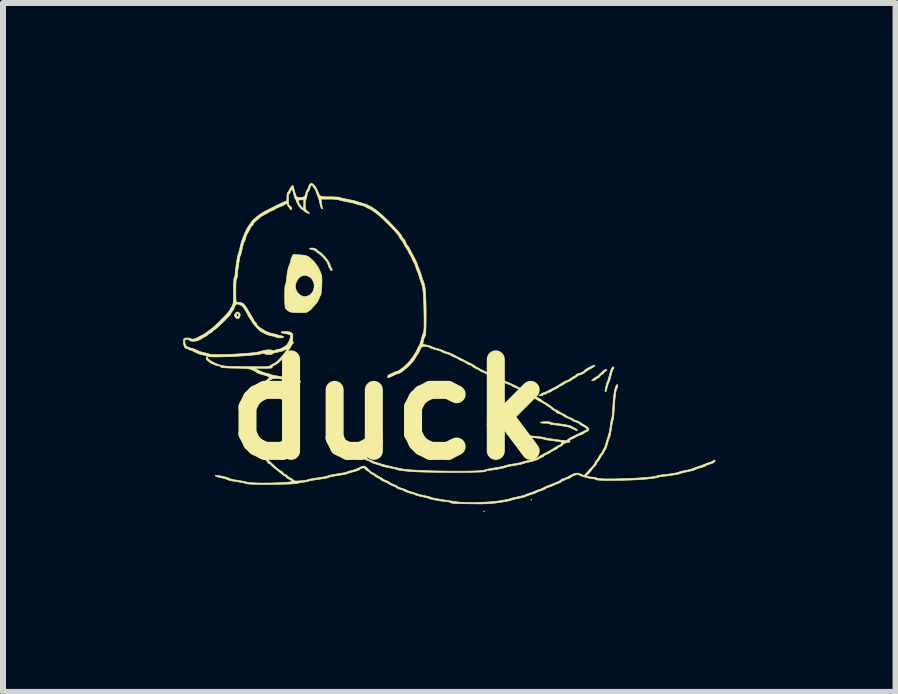
<source format=kicad_pcb>
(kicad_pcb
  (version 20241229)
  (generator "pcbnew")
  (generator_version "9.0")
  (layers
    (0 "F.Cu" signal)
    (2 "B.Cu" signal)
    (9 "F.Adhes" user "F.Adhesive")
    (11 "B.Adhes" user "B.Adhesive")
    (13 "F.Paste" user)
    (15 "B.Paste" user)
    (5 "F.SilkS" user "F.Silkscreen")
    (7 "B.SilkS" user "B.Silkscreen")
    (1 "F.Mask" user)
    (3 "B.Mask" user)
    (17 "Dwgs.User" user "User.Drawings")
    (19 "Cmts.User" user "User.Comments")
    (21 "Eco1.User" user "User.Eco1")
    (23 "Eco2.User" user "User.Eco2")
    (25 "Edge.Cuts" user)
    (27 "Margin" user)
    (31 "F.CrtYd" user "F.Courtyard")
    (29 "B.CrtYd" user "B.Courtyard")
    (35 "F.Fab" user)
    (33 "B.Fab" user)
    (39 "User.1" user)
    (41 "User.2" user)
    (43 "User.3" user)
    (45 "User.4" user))
  (footprint "duck"
    (layer "F.Cu")
    (at 3.432 3.772)
    (property "Reference" "duck" (at 0 0 0) (layer "F.SilkS") (effects (font (size 1.524 1.524) (thickness 0.3))))
    (attr through_hole)
    (fp_poly (pts (xy 1.587 1.695) (xy 1.581 1.702) (xy 1.575 1.695) (xy 1.581 1.689) (xy 1.587 1.695)) (stroke (width 0.01) (type solid)) (fill yes) (layer "F.SilkS"))
    (fp_poly (pts (xy 2.375 1.505) (xy 2.369 1.511) (xy 2.362 1.505) (xy 2.369 1.499) (xy 2.375 1.505)) (stroke (width 0.01) (type solid)) (fill yes) (layer "F.SilkS"))
    (fp_poly (pts (xy -2.51 -1.622) (xy -2.485 -1.6) (xy -2.48 -1.567) (xy -2.487 -1.542) (xy -2.507 -1.516) (xy -2.532 -1.515) (xy -2.554 -1.528) (xy -2.572 -1.553) (xy -2.572 -1.568) (xy -2.54 -1.568) (xy -2.534 -1.548) (xy -2.531 -1.545) (xy -2.52 -1.545) (xy -2.509 -1.56) (xy -2.506 -1.58) (xy -2.508 -1.588) (xy -2.525 -1.6) (xy -2.528 -1.6) (xy -2.538 -1.59) (xy -2.54 -1.568) (xy -2.572 -1.568) (xy -2.572 -1.582) (xy -2.558 -1.608) (xy -2.535 -1.623) (xy -2.51 -1.622)) (stroke (width 0.01) (type solid)) (fill yes) (layer "F.SilkS"))
    (fp_poly (pts (xy 3.623 -0.663) (xy 3.627 -0.659) (xy 3.623 -0.646) (xy 3.608 -0.639) (xy 3.587 -0.627) (xy 3.581 -0.615) (xy 3.571 -0.598) (xy 3.557 -0.591) (xy 3.532 -0.575) (xy 3.512 -0.552) (xy 3.492 -0.529) (xy 3.473 -0.521) (xy 3.452 -0.51) (xy 3.446 -0.502) (xy 3.429 -0.487) (xy 3.405 -0.483) (xy 3.372 -0.483) (xy 3.41 -0.514) (xy 3.437 -0.534) (xy 3.456 -0.545) (xy 3.459 -0.546) (xy 3.473 -0.554) (xy 3.498 -0.577) (xy 3.522 -0.601) (xy 3.568 -0.644) (xy 3.602 -0.665) (xy 3.623 -0.663)) (stroke (width 0.01) (type solid)) (fill yes) (layer "F.SilkS"))
    (fp_poly (pts (xy 3.745 -0.701) (xy 3.747 -0.692) (xy 3.74 -0.675) (xy 3.735 -0.673) (xy 3.727 -0.662) (xy 3.716 -0.631) (xy 3.704 -0.588) (xy 3.7 -0.575) (xy 3.689 -0.528) (xy 3.679 -0.491) (xy 3.672 -0.471) (xy 3.671 -0.47) (xy 3.662 -0.453) (xy 3.649 -0.419) (xy 3.637 -0.377) (xy 3.626 -0.336) (xy 3.626 -0.333) (xy 3.615 -0.301) (xy 3.604 -0.292) (xy 3.598 -0.306) (xy 3.6 -0.34) (xy 3.626 -0.439) (xy 3.646 -0.489) (xy 3.654 -0.514) (xy 3.666 -0.555) (xy 3.677 -0.597) (xy 3.694 -0.656) (xy 3.711 -0.693) (xy 3.727 -0.71) (xy 3.735 -0.711) (xy 3.745 -0.701)) (stroke (width 0.01) (type solid)) (fill yes) (layer "F.SilkS"))
    (fp_poly (pts (xy -1.244 -2.684) (xy -1.209 -2.669) (xy -1.194 -2.654) (xy -1.177 -2.634) (xy -1.165 -2.629) (xy -1.145 -2.619) (xy -1.116 -2.594) (xy -1.082 -2.559) (xy -1.048 -2.518) (xy -1.017 -2.478) (xy -0.996 -2.444) (xy -0.99 -2.43) (xy -0.978 -2.396) (xy -0.968 -2.372) (xy -0.966 -2.369) (xy -0.95 -2.339) (xy -0.949 -2.318) (xy -0.959 -2.311) (xy -0.976 -2.322) (xy -0.978 -2.33) (xy -0.983 -2.347) (xy -0.988 -2.349) (xy -0.997 -2.361) (xy -1.008 -2.389) (xy -1.013 -2.405) (xy -1.035 -2.456) (xy -1.078 -2.512) (xy -1.096 -2.532) (xy -1.131 -2.566) (xy -1.159 -2.591) (xy -1.177 -2.603) (xy -1.179 -2.603) (xy -1.196 -2.613) (xy -1.21 -2.629) (xy -1.236 -2.649) (xy -1.277 -2.664) (xy -1.284 -2.665) (xy -1.316 -2.673) (xy -1.325 -2.68) (xy -1.318 -2.686) (xy -1.283 -2.691) (xy -1.244 -2.684)) (stroke (width 0.01) (type solid)) (fill yes) (layer "F.SilkS"))
    (fp_poly (pts (xy 2.651 0.204) (xy 2.683 0.208) (xy 2.698 0.214) (xy 2.713 0.221) (xy 2.746 0.228) (xy 2.79 0.233) (xy 2.79 0.233) (xy 2.869 0.243) (xy 2.939 0.254) (xy 2.996 0.266) (xy 3.035 0.278) (xy 3.048 0.285) (xy 3.074 0.301) (xy 3.102 0.315) (xy 3.127 0.329) (xy 3.137 0.343) (xy 3.129 0.355) (xy 3.113 0.351) (xy 3.106 0.344) (xy 3.09 0.333) (xy 3.064 0.324) (xy 3.036 0.314) (xy 3.022 0.304) (xy 3.007 0.297) (xy 2.973 0.289) (xy 2.926 0.28) (xy 2.872 0.271) (xy 2.816 0.263) (xy 2.766 0.257) (xy 2.727 0.254) (xy 2.721 0.254) (xy 2.693 0.251) (xy 2.68 0.242) (xy 2.68 0.241) (xy 2.668 0.235) (xy 2.637 0.23) (xy 2.596 0.229) (xy 2.55 0.227) (xy 2.525 0.222) (xy 2.521 0.216) (xy 2.537 0.209) (xy 2.57 0.205) (xy 2.611 0.203) (xy 2.651 0.204)) (stroke (width 0.01) (type solid)) (fill yes) (layer "F.SilkS"))
    (fp_poly (pts (xy 3.429 -0.732) (xy 3.42 -0.719) (xy 3.39 -0.698) (xy 3.356 -0.68) (xy 3.317 -0.658) (xy 3.286 -0.639) (xy 3.273 -0.627) (xy 3.252 -0.608) (xy 3.218 -0.589) (xy 3.182 -0.575) (xy 3.16 -0.572) (xy 3.141 -0.566) (xy 3.137 -0.558) (xy 3.126 -0.544) (xy 3.108 -0.534) (xy 3.08 -0.519) (xy 3.045 -0.496) (xy 3.036 -0.49) (xy 3.004 -0.469) (xy 2.976 -0.458) (xy 2.97 -0.457) (xy 2.945 -0.449) (xy 2.938 -0.441) (xy 2.92 -0.426) (xy 2.889 -0.408) (xy 2.874 -0.4) (xy 2.842 -0.384) (xy 2.822 -0.371) (xy 2.82 -0.367) (xy 2.809 -0.358) (xy 2.782 -0.344) (xy 2.762 -0.336) (xy 2.729 -0.32) (xy 2.708 -0.308) (xy 2.705 -0.303) (xy 2.694 -0.294) (xy 2.668 -0.286) (xy 2.667 -0.286) (xy 2.638 -0.276) (xy 2.622 -0.266) (xy 2.605 -0.256) (xy 2.59 -0.254) (xy 2.57 -0.249) (xy 2.565 -0.241) (xy 2.554 -0.232) (xy 2.53 -0.229) (xy 2.496 -0.229) (xy 2.527 -0.254) (xy 2.554 -0.272) (xy 2.573 -0.279) (xy 2.573 -0.279) (xy 2.59 -0.285) (xy 2.623 -0.299) (xy 2.667 -0.321) (xy 2.687 -0.331) (xy 2.742 -0.359) (xy 2.783 -0.381) (xy 2.816 -0.4) (xy 2.851 -0.421) (xy 2.893 -0.448) (xy 2.928 -0.468) (xy 2.955 -0.48) (xy 2.964 -0.483) (xy 2.983 -0.49) (xy 3.013 -0.508) (xy 3.03 -0.52) (xy 3.062 -0.542) (xy 3.087 -0.556) (xy 3.094 -0.558) (xy 3.111 -0.569) (xy 3.116 -0.578) (xy 3.133 -0.594) (xy 3.147 -0.597) (xy 3.174 -0.602) (xy 3.206 -0.615) (xy 3.234 -0.63) (xy 3.25 -0.644) (xy 3.251 -0.647) (xy 3.262 -0.658) (xy 3.288 -0.675) (xy 3.323 -0.695) (xy 3.361 -0.715) (xy 3.394 -0.73) (xy 3.415 -0.737) (xy 3.416 -0.737) (xy 3.429 -0.732)) (stroke (width 0.01) (type solid)) (fill yes) (layer "F.SilkS"))
    (fp_poly (pts (xy -1.488 -2.576) (xy -1.432 -2.572) (xy -1.393 -2.566) (xy -1.364 -2.556) (xy -1.336 -2.54) (xy -1.323 -2.531) (xy -1.249 -2.463) (xy -1.187 -2.379) (xy -1.143 -2.289) (xy -1.13 -2.251) (xy -1.122 -2.217) (xy -1.119 -2.18) (xy -1.118 -2.133) (xy -1.121 -2.069) (xy -1.121 -2.061) (xy -1.125 -2.003) (xy -1.13 -1.954) (xy -1.135 -1.92) (xy -1.139 -1.906) (xy -1.149 -1.89) (xy -1.163 -1.86) (xy -1.167 -1.848) (xy -1.185 -1.808) (xy -1.207 -1.774) (xy -1.212 -1.769) (xy -1.236 -1.743) (xy -1.266 -1.708) (xy -1.281 -1.69) (xy -1.309 -1.661) (xy -1.332 -1.642) (xy -1.342 -1.638) (xy -1.357 -1.631) (xy -1.359 -1.626) (xy -1.371 -1.62) (xy -1.405 -1.616) (xy -1.458 -1.613) (xy -1.495 -1.613) (xy -1.561 -1.614) (xy -1.606 -1.617) (xy -1.639 -1.623) (xy -1.663 -1.632) (xy -1.672 -1.638) (xy -1.698 -1.657) (xy -1.626 -1.657) (xy -1.619 -1.651) (xy -1.613 -1.657) (xy -1.619 -1.664) (xy -1.626 -1.657) (xy -1.698 -1.657) (xy -1.703 -1.661) (xy -1.711 -1.67) (xy -1.651 -1.67) (xy -1.645 -1.664) (xy -1.638 -1.67) (xy -1.397 -1.67) (xy -1.391 -1.664) (xy -1.384 -1.67) (xy -1.391 -1.676) (xy -1.397 -1.67) (xy -1.638 -1.67) (xy -1.645 -1.676) (xy -1.651 -1.67) (xy -1.711 -1.67) (xy -1.725 -1.685) (xy -1.356 -1.685) (xy -1.356 -1.677) (xy -1.354 -1.676) (xy -1.344 -1.685) (xy -1.332 -1.699) (xy -1.321 -1.714) (xy -1.327 -1.711) (xy -1.337 -1.703) (xy -1.356 -1.685) (xy -1.725 -1.685) (xy -1.725 -1.685) (xy -1.726 -1.688) (xy -1.728 -1.695) (xy -1.676 -1.695) (xy -1.67 -1.689) (xy -1.664 -1.695) (xy -1.67 -1.702) (xy -1.676 -1.695) (xy -1.728 -1.695) (xy -1.732 -1.71) (xy -1.733 -1.721) (xy -1.702 -1.721) (xy -1.695 -1.714) (xy -1.689 -1.721) (xy -1.695 -1.727) (xy -1.702 -1.721) (xy -1.733 -1.721) (xy -1.734 -1.734) (xy -1.321 -1.734) (xy -1.314 -1.727) (xy -1.308 -1.734) (xy -1.314 -1.74) (xy -1.321 -1.734) (xy -1.734 -1.734) (xy -1.735 -1.746) (xy -1.295 -1.746) (xy -1.289 -1.74) (xy -1.283 -1.746) (xy -1.289 -1.753) (xy -1.295 -1.746) (xy -1.735 -1.746) (xy -1.736 -1.75) (xy -1.737 -1.772) (xy -1.283 -1.772) (xy -1.276 -1.765) (xy -1.27 -1.772) (xy -1.276 -1.778) (xy -1.283 -1.772) (xy -1.737 -1.772) (xy -1.738 -1.792) (xy -1.267 -1.792) (xy -1.265 -1.791) (xy -1.254 -1.8) (xy -1.251 -1.803) (xy -1.248 -1.815) (xy -1.249 -1.816) (xy -1.261 -1.807) (xy -1.264 -1.803) (xy -1.267 -1.792) (xy -1.738 -1.792) (xy -1.738 -1.804) (xy -1.739 -1.822) (xy -1.232 -1.822) (xy -1.226 -1.816) (xy -1.219 -1.822) (xy -1.226 -1.829) (xy -1.232 -1.822) (xy -1.739 -1.822) (xy -1.739 -1.848) (xy -1.219 -1.848) (xy -1.213 -1.841) (xy -1.206 -1.848) (xy -1.213 -1.854) (xy -1.219 -1.848) (xy -1.739 -1.848) (xy -1.74 -1.864) (xy -1.74 -1.927) (xy -1.738 -1.985) (xy -1.736 -2.033) (xy -1.733 -2.051) (xy -1.702 -2.051) (xy -1.695 -2.045) (xy -1.689 -2.051) (xy -1.695 -2.057) (xy -1.702 -2.051) (xy -1.733 -2.051) (xy -1.733 -2.058) (xy -1.562 -2.058) (xy -1.552 -1.998) (xy -1.523 -1.945) (xy -1.481 -1.905) (xy -1.43 -1.883) (xy -1.403 -1.88) (xy -1.369 -1.886) (xy -1.206 -1.886) (xy -1.2 -1.88) (xy -1.194 -1.886) (xy -1.2 -1.892) (xy -1.206 -1.886) (xy -1.369 -1.886) (xy -1.366 -1.887) (xy -1.327 -1.903) (xy -1.326 -1.904) (xy -1.294 -1.932) (xy -1.29 -1.937) (xy -1.194 -1.937) (xy -1.187 -1.93) (xy -1.181 -1.937) (xy -1.187 -1.943) (xy -1.194 -1.937) (xy -1.29 -1.937) (xy -1.268 -1.969) (xy -1.266 -1.972) (xy -1.25 -2.026) (xy -1.168 -2.026) (xy -1.162 -2.019) (xy -1.156 -2.026) (xy -1.162 -2.032) (xy -1.168 -2.026) (xy -1.25 -2.026) (xy -1.248 -2.032) (xy -1.249 -2.091) (xy -1.267 -2.143) (xy -1.297 -2.187) (xy -1.335 -2.216) (xy -1.168 -2.216) (xy -1.162 -2.21) (xy -1.156 -2.216) (xy -1.162 -2.223) (xy -1.168 -2.216) (xy -1.335 -2.216) (xy -1.338 -2.218) (xy -1.386 -2.234) (xy -1.438 -2.23) (xy -1.473 -2.214) (xy -1.511 -2.18) (xy -1.542 -2.131) (xy -1.56 -2.079) (xy -1.562 -2.058) (xy -1.733 -2.058) (xy -1.732 -2.066) (xy -1.728 -2.077) (xy -1.721 -2.095) (xy -1.714 -2.131) (xy -1.708 -2.178) (xy -1.708 -2.185) (xy -1.699 -2.254) (xy -1.181 -2.254) (xy -1.175 -2.248) (xy -1.168 -2.254) (xy -1.175 -2.261) (xy -1.181 -2.254) (xy -1.699 -2.254) (xy -1.696 -2.285) (xy -1.694 -2.292) (xy -1.194 -2.292) (xy -1.187 -2.286) (xy -1.181 -2.292) (xy -1.187 -2.299) (xy -1.194 -2.292) (xy -1.694 -2.292) (xy -1.688 -2.318) (xy -1.206 -2.318) (xy -1.2 -2.311) (xy -1.194 -2.318) (xy -1.2 -2.324) (xy -1.206 -2.318) (xy -1.688 -2.318) (xy -1.679 -2.356) (xy -1.232 -2.356) (xy -1.226 -2.349) (xy -1.219 -2.356) (xy -1.226 -2.362) (xy -1.232 -2.356) (xy -1.679 -2.356) (xy -1.675 -2.369) (xy -1.671 -2.381) (xy -1.245 -2.381) (xy -1.238 -2.375) (xy -1.232 -2.381) (xy -1.238 -2.388) (xy -1.245 -2.381) (xy -1.671 -2.381) (xy -1.656 -2.421) (xy -1.655 -2.422) (xy -1.268 -2.422) (xy -1.265 -2.415) (xy -1.252 -2.401) (xy -1.245 -2.404) (xy -1.245 -2.406) (xy -1.254 -2.417) (xy -1.259 -2.421) (xy -1.268 -2.422) (xy -1.655 -2.422) (xy -1.652 -2.432) (xy -1.295 -2.432) (xy -1.289 -2.426) (xy -1.283 -2.432) (xy -1.289 -2.438) (xy -1.295 -2.432) (xy -1.652 -2.432) (xy -1.644 -2.455) (xy -1.638 -2.481) (xy -1.638 -2.482) (xy -1.638 -2.486) (xy -1.331 -2.486) (xy -1.328 -2.478) (xy -1.316 -2.465) (xy -1.308 -2.468) (xy -1.308 -2.469) (xy -1.317 -2.48) (xy -1.323 -2.484) (xy -1.331 -2.486) (xy -1.638 -2.486) (xy -1.635 -2.496) (xy -1.359 -2.496) (xy -1.353 -2.489) (xy -1.346 -2.496) (xy -1.353 -2.502) (xy -1.359 -2.496) (xy -1.635 -2.496) (xy -1.633 -2.508) (xy -1.632 -2.508) (xy -1.384 -2.508) (xy -1.378 -2.502) (xy -1.372 -2.508) (xy -1.378 -2.515) (xy -1.384 -2.508) (xy -1.632 -2.508) (xy -1.622 -2.534) (xy -1.435 -2.534) (xy -1.429 -2.527) (xy -1.422 -2.534) (xy -1.429 -2.54) (xy -1.435 -2.534) (xy -1.622 -2.534) (xy -1.619 -2.54) (xy -1.618 -2.542) (xy -1.598 -2.581) (xy -1.488 -2.576)) (stroke (width 0.01) (type solid)) (fill yes) (layer "F.SilkS"))
    (fp_poly (pts (xy -1.27 -3.758) (xy -1.24 -3.73) (xy -1.21 -3.684) (xy -1.187 -3.632) (xy -1.172 -3.596) (xy -1.159 -3.572) (xy -1.141 -3.556) (xy -1.115 -3.548) (xy -1.076 -3.544) (xy -1.017 -3.543) (xy -0.985 -3.543) (xy -0.925 -3.542) (xy -0.873 -3.54) (xy -0.836 -3.537) (xy -0.819 -3.532) (xy -0.819 -3.532) (xy -0.802 -3.526) (xy -0.765 -3.516) (xy -0.716 -3.506) (xy -0.679 -3.499) (xy -0.625 -3.488) (xy -0.579 -3.478) (xy -0.549 -3.47) (xy -0.54 -3.467) (xy -0.521 -3.459) (xy -0.486 -3.449) (xy -0.457 -3.441) (xy -0.375 -3.415) (xy -0.291 -3.373) (xy -0.203 -3.313) (xy -0.109 -3.234) (xy -0.006 -3.135) (xy 0.013 -3.116) (xy 0.081 -3.044) (xy 0.134 -2.988) (xy 0.171 -2.946) (xy 0.196 -2.914) (xy 0.211 -2.893) (xy 0.216 -2.878) (xy 0.216 -2.876) (xy 0.226 -2.856) (xy 0.239 -2.846) (xy 0.257 -2.827) (xy 0.275 -2.794) (xy 0.279 -2.782) (xy 0.292 -2.75) (xy 0.303 -2.732) (xy 0.306 -2.731) (xy 0.318 -2.72) (xy 0.333 -2.696) (xy 0.334 -2.696) (xy 0.347 -2.669) (xy 0.369 -2.627) (xy 0.396 -2.577) (xy 0.411 -2.548) (xy 0.436 -2.499) (xy 0.456 -2.458) (xy 0.468 -2.43) (xy 0.47 -2.422) (xy 0.475 -2.403) (xy 0.488 -2.371) (xy 0.494 -2.357) (xy 0.511 -2.315) (xy 0.53 -2.262) (xy 0.54 -2.229) (xy 0.553 -2.187) (xy 0.564 -2.154) (xy 0.571 -2.14) (xy 0.578 -2.122) (xy 0.588 -2.086) (xy 0.598 -2.041) (xy 0.598 -2.038) (xy 0.603 -2.001) (xy 0.608 -1.946) (xy 0.611 -1.876) (xy 0.614 -1.796) (xy 0.616 -1.71) (xy 0.617 -1.62) (xy 0.617 -1.532) (xy 0.616 -1.447) (xy 0.615 -1.371) (xy 0.612 -1.307) (xy 0.609 -1.258) (xy 0.605 -1.229) (xy 0.602 -1.222) (xy 0.59 -1.204) (xy 0.579 -1.173) (xy 0.578 -1.168) (xy 0.571 -1.132) (xy 0.564 -1.105) (xy 0.564 -1.103) (xy 0.566 -1.09) (xy 0.584 -1.081) (xy 0.619 -1.075) (xy 0.661 -1.066) (xy 0.696 -1.055) (xy 0.705 -1.049) (xy 0.732 -1.037) (xy 0.772 -1.023) (xy 0.8 -1.016) (xy 0.849 -1.002) (xy 0.895 -0.985) (xy 0.914 -0.976) (xy 0.947 -0.961) (xy 0.972 -0.953) (xy 0.976 -0.953) (xy 0.996 -0.947) (xy 1.03 -0.933) (xy 1.059 -0.919) (xy 1.112 -0.891) (xy 1.151 -0.871) (xy 1.186 -0.854) (xy 1.213 -0.84) (xy 1.251 -0.821) (xy 1.283 -0.804) (xy 1.315 -0.787) (xy 1.355 -0.768) (xy 1.367 -0.762) (xy 1.4 -0.746) (xy 1.421 -0.732) (xy 1.424 -0.728) (xy 1.437 -0.719) (xy 1.467 -0.701) (xy 1.511 -0.678) (xy 1.562 -0.651) (xy 1.617 -0.624) (xy 1.669 -0.598) (xy 1.714 -0.577) (xy 1.746 -0.563) (xy 1.761 -0.559) (xy 1.781 -0.549) (xy 1.787 -0.542) (xy 1.804 -0.53) (xy 1.837 -0.514) (xy 1.87 -0.503) (xy 1.909 -0.489) (xy 1.935 -0.476) (xy 1.943 -0.469) (xy 1.953 -0.458) (xy 1.96 -0.457) (xy 1.969 -0.456) (xy 1.984 -0.451) (xy 2.008 -0.441) (xy 2.044 -0.424) (xy 2.095 -0.4) (xy 2.163 -0.366) (xy 2.21 -0.343) (xy 2.29 -0.303) (xy 2.355 -0.269) (xy 2.403 -0.242) (xy 2.432 -0.223) (xy 2.438 -0.217) (xy 2.454 -0.207) (xy 2.482 -0.193) (xy 2.485 -0.192) (xy 2.52 -0.173) (xy 2.547 -0.151) (xy 2.568 -0.133) (xy 2.58 -0.127) (xy 2.597 -0.12) (xy 2.626 -0.102) (xy 2.662 -0.078) (xy 2.698 -0.052) (xy 2.727 -0.029) (xy 2.738 -0.02) (xy 2.758 -0.004) (xy 2.769 0) (xy 2.785 0.007) (xy 2.814 0.023) (xy 2.835 0.037) (xy 2.872 0.06) (xy 2.906 0.077) (xy 2.918 0.082) (xy 2.94 0.092) (xy 2.946 0.1) (xy 2.957 0.109) (xy 2.985 0.123) (xy 3.01 0.132) (xy 3.045 0.147) (xy 3.068 0.16) (xy 3.073 0.166) (xy 3.084 0.175) (xy 3.112 0.184) (xy 3.117 0.185) (xy 3.154 0.197) (xy 3.183 0.214) (xy 3.183 0.214) (xy 3.212 0.235) (xy 3.245 0.254) (xy 3.275 0.271) (xy 3.303 0.292) (xy 3.324 0.312) (xy 3.333 0.326) (xy 3.328 0.33) (xy 3.319 0.338) (xy 3.321 0.343) (xy 3.316 0.356) (xy 3.294 0.369) (xy 3.29 0.37) (xy 3.264 0.382) (xy 3.251 0.392) (xy 3.251 0.393) (xy 3.24 0.402) (xy 3.212 0.415) (xy 3.181 0.426) (xy 3.144 0.44) (xy 3.119 0.452) (xy 3.111 0.457) (xy 3.101 0.466) (xy 3.074 0.48) (xy 3.054 0.488) (xy 3.021 0.504) (xy 3.007 0.517) (xy 3.011 0.529) (xy 3.017 0.542) (xy 3.002 0.546) (xy 2.993 0.546) (xy 2.959 0.551) (xy 2.926 0.562) (xy 2.902 0.576) (xy 2.896 0.587) (xy 2.885 0.599) (xy 2.859 0.613) (xy 2.851 0.617) (xy 2.822 0.631) (xy 2.807 0.643) (xy 2.807 0.645) (xy 2.796 0.655) (xy 2.769 0.67) (xy 2.749 0.679) (xy 2.716 0.695) (xy 2.696 0.708) (xy 2.692 0.712) (xy 2.682 0.721) (xy 2.654 0.735) (xy 2.635 0.742) (xy 2.602 0.757) (xy 2.581 0.77) (xy 2.578 0.775) (xy 2.568 0.787) (xy 2.55 0.795) (xy 2.518 0.808) (xy 2.487 0.827) (xy 2.458 0.841) (xy 2.413 0.856) (xy 2.36 0.87) (xy 2.347 0.872) (xy 2.298 0.883) (xy 2.26 0.893) (xy 2.238 0.9) (xy 2.235 0.902) (xy 2.221 0.907) (xy 2.187 0.915) (xy 2.138 0.924) (xy 2.09 0.932) (xy 2.033 0.941) (xy 1.986 0.95) (xy 1.955 0.958) (xy 1.944 0.963) (xy 1.929 0.969) (xy 1.896 0.977) (xy 1.849 0.987) (xy 1.796 0.997) (xy 1.742 1.005) (xy 1.693 1.012) (xy 1.656 1.016) (xy 1.646 1.016) (xy 1.62 1.022) (xy 1.61 1.032) (xy 1.596 1.036) (xy 1.56 1.04) (xy 1.504 1.043) (xy 1.431 1.045) (xy 1.345 1.047) (xy 1.247 1.048) (xy 1.142 1.049) (xy 1.031 1.049) (xy 0.918 1.048) (xy 0.805 1.047) (xy 0.696 1.045) (xy 0.593 1.043) (xy 0.5 1.04) (xy 0.418 1.037) (xy 0.352 1.033) (xy 0.321 1.03) (xy 0.256 1.023) (xy 0.202 1.016) (xy 0.162 1.01) (xy 0.142 1.005) (xy 0.14 1.004) (xy 0.128 0.998) (xy 0.096 0.99) (xy 0.05 0.98) (xy 0.01 0.972) (xy -0.045 0.962) (xy -0.09 0.952) (xy -0.119 0.945) (xy -0.127 0.941) (xy -0.142 0.933) (xy -0.174 0.922) (xy -0.217 0.91) (xy -0.219 0.909) (xy -0.261 0.896) (xy -0.292 0.884) (xy -0.305 0.876) (xy -0.305 0.875) (xy -0.316 0.866) (xy -0.343 0.854) (xy -0.354 0.851) (xy -0.394 0.836) (xy -0.428 0.816) (xy -0.432 0.813) (xy -0.457 0.795) (xy -0.476 0.787) (xy -0.492 0.779) (xy -0.521 0.758) (xy -0.553 0.731) (xy -0.592 0.698) (xy -0.628 0.671) (xy -0.651 0.658) (xy -0.676 0.642) (xy -0.686 0.628) (xy -0.696 0.612) (xy -0.715 0.598) (xy -0.745 0.575) (xy -0.783 0.534) (xy -0.825 0.481) (xy -0.867 0.421) (xy -0.906 0.36) (xy -0.938 0.304) (xy -0.959 0.256) (xy -0.96 0.252) (xy -0.976 0.209) (xy -0.991 0.173) (xy -0.999 0.159) (xy -1.009 0.134) (xy -1.015 0.1) (xy -1.015 0.067) (xy -1.01 0.044) (xy -1.003 0.038) (xy -0.995 0.049) (xy -0.991 0.076) (xy -0.991 0.08) (xy -0.985 0.117) (xy -0.974 0.146) (xy -0.96 0.173) (xy -0.944 0.212) (xy -0.935 0.239) (xy -0.921 0.28) (xy -0.907 0.311) (xy -0.901 0.322) (xy -0.887 0.341) (xy -0.865 0.372) (xy -0.854 0.389) (xy -0.823 0.433) (xy -0.788 0.48) (xy -0.755 0.522) (xy -0.729 0.551) (xy -0.729 0.551) (xy -0.707 0.571) (xy -0.673 0.6) (xy -0.631 0.634) (xy -0.586 0.671) (xy -0.542 0.705) (xy -0.504 0.734) (xy -0.476 0.754) (xy -0.463 0.762) (xy -0.448 0.769) (xy -0.422 0.784) (xy -0.421 0.785) (xy -0.342 0.831) (xy -0.238 0.874) (xy -0.108 0.915) (xy 0.046 0.954) (xy 0.216 0.99) (xy 0.266 0.997) (xy 0.335 1.004) (xy 0.42 1.01) (xy 0.517 1.015) (xy 0.624 1.019) (xy 0.739 1.023) (xy 0.857 1.025) (xy 0.976 1.027) (xy 1.092 1.028) (xy 1.204 1.028) (xy 1.307 1.027) (xy 1.399 1.025) (xy 1.477 1.022) (xy 1.538 1.018) (xy 1.579 1.012) (xy 1.594 1.008) (xy 1.616 1) (xy 1.658 0.99) (xy 1.712 0.98) (xy 1.765 0.972) (xy 1.824 0.962) (xy 1.874 0.953) (xy 1.91 0.945) (xy 1.925 0.939) (xy 1.943 0.932) (xy 1.979 0.924) (xy 2.029 0.914) (xy 2.065 0.908) (xy 2.121 0.899) (xy 2.17 0.889) (xy 2.205 0.881) (xy 2.216 0.877) (xy 2.24 0.869) (xy 2.282 0.858) (xy 2.332 0.847) (xy 2.341 0.845) (xy 2.393 0.833) (xy 2.44 0.819) (xy 2.472 0.805) (xy 2.475 0.803) (xy 2.519 0.774) (xy 2.552 0.754) (xy 2.582 0.738) (xy 2.61 0.723) (xy 2.643 0.706) (xy 2.672 0.69) (xy 2.705 0.671) (xy 2.749 0.643) (xy 2.766 0.632) (xy 2.799 0.612) (xy 2.824 0.599) (xy 2.832 0.597) (xy 2.85 0.589) (xy 2.868 0.571) (xy 2.878 0.552) (xy 2.877 0.547) (xy 2.862 0.541) (xy 2.828 0.534) (xy 2.779 0.527) (xy 2.724 0.52) (xy 2.667 0.513) (xy 2.62 0.506) (xy 2.589 0.5) (xy 2.578 0.495) (xy 2.566 0.491) (xy 2.534 0.485) (xy 2.485 0.478) (xy 2.425 0.472) (xy 2.406 0.47) (xy 2.333 0.462) (xy 2.281 0.454) (xy 2.252 0.447) (xy 2.246 0.441) (xy 2.263 0.438) (xy 2.299 0.437) (xy 2.348 0.439) (xy 2.405 0.443) (xy 2.464 0.449) (xy 2.519 0.455) (xy 2.564 0.462) (xy 2.594 0.469) (xy 2.597 0.47) (xy 2.619 0.476) (xy 2.66 0.484) (xy 2.716 0.492) (xy 2.78 0.501) (xy 2.793 0.503) (xy 2.867 0.512) (xy 2.918 0.516) (xy 2.95 0.517) (xy 2.966 0.513) (xy 2.969 0.51) (xy 2.983 0.495) (xy 3.011 0.477) (xy 3.021 0.472) (xy 3.057 0.454) (xy 3.088 0.438) (xy 3.092 0.436) (xy 3.116 0.424) (xy 3.155 0.405) (xy 3.201 0.383) (xy 3.207 0.38) (xy 3.249 0.359) (xy 3.282 0.344) (xy 3.299 0.335) (xy 3.3 0.335) (xy 3.298 0.324) (xy 3.279 0.307) (xy 3.251 0.288) (xy 3.22 0.272) (xy 3.191 0.258) (xy 3.176 0.245) (xy 3.175 0.242) (xy 3.164 0.232) (xy 3.136 0.218) (xy 3.111 0.21) (xy 3.076 0.196) (xy 3.053 0.184) (xy 3.048 0.179) (xy 3.037 0.169) (xy 3.01 0.157) (xy 2.996 0.152) (xy 2.96 0.138) (xy 2.933 0.125) (xy 2.928 0.121) (xy 2.902 0.103) (xy 2.867 0.083) (xy 2.833 0.069) (xy 2.812 0.064) (xy 2.796 0.057) (xy 2.794 0.051) (xy 2.784 0.039) (xy 2.758 0.022) (xy 2.75 0.018) (xy 2.721 0.003) (xy 2.706 -0.01) (xy 2.705 -0.012) (xy 2.695 -0.023) (xy 2.67 -0.04) (xy 2.661 -0.045) (xy 2.633 -0.062) (xy 2.617 -0.074) (xy 2.616 -0.076) (xy 2.606 -0.084) (xy 2.577 -0.101) (xy 2.537 -0.123) (xy 2.515 -0.134) (xy 2.47 -0.158) (xy 2.435 -0.179) (xy 2.416 -0.194) (xy 2.414 -0.198) (xy 2.403 -0.21) (xy 2.375 -0.227) (xy 2.359 -0.235) (xy 2.325 -0.252) (xy 2.301 -0.268) (xy 2.296 -0.273) (xy 2.279 -0.286) (xy 2.247 -0.299) (xy 2.229 -0.305) (xy 2.195 -0.316) (xy 2.175 -0.327) (xy 2.172 -0.331) (xy 2.161 -0.34) (xy 2.133 -0.354) (xy 2.108 -0.363) (xy 2.073 -0.378) (xy 2.05 -0.39) (xy 2.045 -0.396) (xy 2.034 -0.404) (xy 2.006 -0.415) (xy 1.991 -0.42) (xy 1.955 -0.432) (xy 1.929 -0.445) (xy 1.924 -0.449) (xy 1.906 -0.461) (xy 1.871 -0.476) (xy 1.838 -0.488) (xy 1.8 -0.501) (xy 1.773 -0.513) (xy 1.765 -0.519) (xy 1.754 -0.528) (xy 1.726 -0.542) (xy 1.702 -0.551) (xy 1.666 -0.565) (xy 1.643 -0.578) (xy 1.638 -0.583) (xy 1.627 -0.592) (xy 1.6 -0.606) (xy 1.575 -0.616) (xy 1.54 -0.631) (xy 1.516 -0.643) (xy 1.511 -0.648) (xy 1.501 -0.657) (xy 1.474 -0.67) (xy 1.455 -0.678) (xy 1.42 -0.695) (xy 1.397 -0.711) (xy 1.392 -0.717) (xy 1.377 -0.731) (xy 1.35 -0.74) (xy 1.312 -0.754) (xy 1.286 -0.772) (xy 1.256 -0.791) (xy 1.216 -0.809) (xy 1.207 -0.813) (xy 1.176 -0.825) (xy 1.157 -0.836) (xy 1.156 -0.839) (xy 1.145 -0.848) (xy 1.117 -0.862) (xy 1.092 -0.871) (xy 1.057 -0.885) (xy 1.034 -0.897) (xy 1.029 -0.903) (xy 1.017 -0.91) (xy 0.988 -0.921) (xy 0.953 -0.932) (xy 0.913 -0.945) (xy 0.885 -0.956) (xy 0.876 -0.964) (xy 0.865 -0.971) (xy 0.835 -0.981) (xy 0.792 -0.993) (xy 0.782 -0.996) (xy 0.736 -1.008) (xy 0.702 -1.019) (xy 0.684 -1.028) (xy 0.683 -1.029) (xy 0.67 -1.038) (xy 0.639 -1.046) (xy 0.62 -1.049) (xy 0.576 -1.052) (xy 0.547 -1.042) (xy 0.525 -1.015) (xy 0.509 -0.978) (xy 0.494 -0.945) (xy 0.479 -0.923) (xy 0.477 -0.921) (xy 0.463 -0.902) (xy 0.445 -0.87) (xy 0.438 -0.858) (xy 0.413 -0.818) (xy 0.375 -0.773) (xy 0.329 -0.725) (xy 0.279 -0.68) (xy 0.231 -0.641) (xy 0.189 -0.612) (xy 0.156 -0.598) (xy 0.149 -0.597) (xy 0.128 -0.591) (xy 0.097 -0.578) (xy 0.095 -0.577) (xy 0.055 -0.557) (xy 0.016 -0.539) (xy -0.012 -0.529) (xy -0.023 -0.531) (xy -0.025 -0.546) (xy -0.025 -0.547) (xy -0.016 -0.571) (xy -0.003 -0.579) (xy 0.022 -0.59) (xy 0.057 -0.606) (xy 0.065 -0.611) (xy 0.099 -0.626) (xy 0.125 -0.635) (xy 0.129 -0.635) (xy 0.152 -0.643) (xy 0.188 -0.666) (xy 0.231 -0.698) (xy 0.275 -0.736) (xy 0.308 -0.768) (xy 0.353 -0.819) (xy 0.398 -0.88) (xy 0.438 -0.942) (xy 0.466 -0.996) (xy 0.469 -1.003) (xy 0.485 -1.038) (xy 0.501 -1.065) (xy 0.502 -1.067) (xy 0.513 -1.089) (xy 0.526 -1.127) (xy 0.533 -1.156) (xy 0.545 -1.204) (xy 0.56 -1.25) (xy 0.568 -1.268) (xy 0.574 -1.285) (xy 0.578 -1.308) (xy 0.581 -1.34) (xy 0.583 -1.384) (xy 0.583 -1.443) (xy 0.583 -1.52) (xy 0.581 -1.62) (xy 0.581 -1.643) (xy 0.578 -1.762) (xy 0.574 -1.859) (xy 0.569 -1.936) (xy 0.563 -1.997) (xy 0.556 -2.045) (xy 0.546 -2.083) (xy 0.534 -2.114) (xy 0.534 -2.115) (xy 0.524 -2.14) (xy 0.511 -2.181) (xy 0.501 -2.216) (xy 0.488 -2.258) (xy 0.476 -2.291) (xy 0.47 -2.305) (xy 0.46 -2.324) (xy 0.449 -2.358) (xy 0.444 -2.375) (xy 0.431 -2.414) (xy 0.417 -2.444) (xy 0.413 -2.451) (xy 0.398 -2.476) (xy 0.383 -2.51) (xy 0.381 -2.515) (xy 0.365 -2.55) (xy 0.349 -2.577) (xy 0.347 -2.579) (xy 0.333 -2.601) (xy 0.33 -2.612) (xy 0.323 -2.629) (xy 0.306 -2.658) (xy 0.295 -2.675) (xy 0.269 -2.714) (xy 0.248 -2.754) (xy 0.243 -2.765) (xy 0.224 -2.8) (xy 0.202 -2.827) (xy 0.184 -2.848) (xy 0.178 -2.861) (xy 0.169 -2.88) (xy 0.144 -2.914) (xy 0.105 -2.96) (xy 0.054 -3.016) (xy -0.006 -3.079) (xy -0.054 -3.127) (xy -0.113 -3.183) (xy -0.172 -3.235) (xy -0.23 -3.281) (xy -0.281 -3.318) (xy -0.322 -3.343) (xy -0.349 -3.353) (xy -0.35 -3.353) (xy -0.371 -3.362) (xy -0.38 -3.37) (xy -0.399 -3.382) (xy -0.435 -3.394) (xy -0.473 -3.404) (xy -0.517 -3.414) (xy -0.55 -3.423) (xy -0.565 -3.429) (xy -0.583 -3.436) (xy -0.619 -3.444) (xy -0.668 -3.454) (xy -0.699 -3.46) (xy -0.753 -3.471) (xy -0.8 -3.481) (xy -0.832 -3.49) (xy -0.841 -3.493) (xy -0.863 -3.498) (xy -0.903 -3.502) (xy -0.956 -3.505) (xy -0.998 -3.505) (xy -1.134 -3.505) (xy -1.125 -3.442) (xy -1.119 -3.4) (xy -1.112 -3.367) (xy -1.109 -3.357) (xy -1.108 -3.342) (xy -1.119 -3.343) (xy -1.131 -3.357) (xy -1.143 -3.39) (xy -1.15 -3.417) (xy -1.159 -3.459) (xy -1.167 -3.493) (xy -1.171 -3.505) (xy -1.179 -3.527) (xy -1.192 -3.564) (xy -1.207 -3.604) (xy -1.222 -3.644) (xy -1.235 -3.672) (xy -1.243 -3.683) (xy -1.254 -3.693) (xy -1.264 -3.711) (xy -1.281 -3.737) (xy -1.296 -3.738) (xy -1.31 -3.714) (xy -1.318 -3.69) (xy -1.33 -3.656) (xy -1.341 -3.635) (xy -1.346 -3.632) (xy -1.354 -3.621) (xy -1.363 -3.592) (xy -1.366 -3.568) (xy -1.373 -3.531) (xy -1.382 -3.504) (xy -1.386 -3.498) (xy -1.392 -3.483) (xy -1.396 -3.449) (xy -1.397 -3.41) (xy -1.396 -3.365) (xy -1.391 -3.337) (xy -1.38 -3.319) (xy -1.359 -3.302) (xy -1.358 -3.301) (xy -1.335 -3.282) (xy -1.326 -3.268) (xy -1.327 -3.266) (xy -1.342 -3.267) (xy -1.368 -3.277) (xy -1.396 -3.293) (xy -1.417 -3.308) (xy -1.422 -3.317) (xy -1.433 -3.326) (xy -1.44 -3.327) (xy -1.459 -3.338) (xy -1.484 -3.364) (xy -1.51 -3.399) (xy -1.531 -3.437) (xy -1.543 -3.469) (xy -1.544 -3.471) (xy -1.511 -3.471) (xy -1.505 -3.449) (xy -1.488 -3.418) (xy -1.467 -3.386) (xy -1.447 -3.362) (xy -1.433 -3.353) (xy -1.427 -3.364) (xy -1.423 -3.394) (xy -1.422 -3.423) (xy -1.422 -3.493) (xy -1.467 -3.493) (xy -1.498 -3.489) (xy -1.511 -3.477) (xy -1.511 -3.471) (xy -1.544 -3.471) (xy -1.552 -3.495) (xy -1.561 -3.505) (xy -1.569 -3.517) (xy -1.579 -3.546) (xy -1.587 -3.578) (xy -1.6 -3.631) (xy -1.61 -3.661) (xy -1.619 -3.67) (xy -1.629 -3.659) (xy -1.638 -3.639) (xy -1.652 -3.61) (xy -1.664 -3.595) (xy -1.666 -3.594) (xy -1.671 -3.582) (xy -1.675 -3.552) (xy -1.676 -3.508) (xy -1.676 -3.499) (xy -1.675 -3.449) (xy -1.672 -3.418) (xy -1.664 -3.4) (xy -1.653 -3.392) (xy -1.633 -3.374) (xy -1.622 -3.352) (xy -1.622 -3.334) (xy -1.633 -3.327) (xy -1.649 -3.337) (xy -1.651 -3.345) (xy -1.661 -3.365) (xy -1.67 -3.37) (xy -1.686 -3.387) (xy -1.689 -3.403) (xy -1.698 -3.424) (xy -1.718 -3.427) (xy -1.742 -3.413) (xy -1.764 -3.399) (xy -1.799 -3.384) (xy -1.815 -3.378) (xy -1.851 -3.365) (xy -1.879 -3.351) (xy -1.884 -3.346) (xy -1.904 -3.334) (xy -1.938 -3.317) (xy -1.956 -3.31) (xy -1.991 -3.295) (xy -2.014 -3.282) (xy -2.019 -3.278) (xy -2.034 -3.267) (xy -2.063 -3.252) (xy -2.074 -3.246) (xy -2.112 -3.227) (xy -2.142 -3.206) (xy -2.147 -3.202) (xy -2.171 -3.181) (xy -2.204 -3.153) (xy -2.215 -3.144) (xy -2.243 -3.118) (xy -2.259 -3.096) (xy -2.261 -3.09) (xy -2.271 -3.07) (xy -2.278 -3.066) (xy -2.293 -3.051) (xy -2.312 -3.021) (xy -2.319 -3.006) (xy -2.337 -2.97) (xy -2.353 -2.943) (xy -2.358 -2.937) (xy -2.369 -2.916) (xy -2.382 -2.881) (xy -2.389 -2.858) (xy -2.399 -2.822) (xy -2.409 -2.799) (xy -2.414 -2.794) (xy -2.42 -2.782) (xy -2.429 -2.752) (xy -2.44 -2.707) (xy -2.445 -2.683) (xy -2.457 -2.633) (xy -2.467 -2.593) (xy -2.475 -2.569) (xy -2.477 -2.565) (xy -2.483 -2.551) (xy -2.49 -2.517) (xy -2.498 -2.469) (xy -2.507 -2.413) (xy -2.515 -2.355) (xy -2.522 -2.301) (xy -2.526 -2.256) (xy -2.527 -2.23) (xy -2.53 -2.2) (xy -2.538 -2.185) (xy -2.54 -2.184) (xy -2.545 -2.172) (xy -2.549 -2.136) (xy -2.552 -2.079) (xy -2.553 -2.003) (xy -2.553 -1.982) (xy -2.553 -1.907) (xy -2.552 -1.853) (xy -2.55 -1.817) (xy -2.547 -1.797) (xy -2.542 -1.787) (xy -2.534 -1.786) (xy -2.528 -1.787) (xy -2.5 -1.787) (xy -2.463 -1.78) (xy -2.459 -1.779) (xy -2.433 -1.766) (xy -2.41 -1.745) (xy -2.383 -1.709) (xy -2.361 -1.673) (xy -2.332 -1.623) (xy -2.303 -1.575) (xy -2.28 -1.538) (xy -2.278 -1.534) (xy -2.259 -1.502) (xy -2.249 -1.479) (xy -2.248 -1.475) (xy -2.238 -1.461) (xy -2.229 -1.456) (xy -2.212 -1.441) (xy -2.21 -1.432) (xy -2.199 -1.407) (xy -2.169 -1.377) (xy -2.125 -1.345) (xy -2.073 -1.314) (xy -2.018 -1.288) (xy -1.965 -1.269) (xy -1.936 -1.263) (xy -1.897 -1.256) (xy -1.868 -1.248) (xy -1.861 -1.244) (xy -1.84 -1.236) (xy -1.807 -1.23) (xy -1.804 -1.23) (xy -1.774 -1.223) (xy -1.756 -1.211) (xy -1.756 -1.21) (xy -1.764 -1.201) (xy -1.788 -1.195) (xy -1.821 -1.193) (xy -1.854 -1.195) (xy -1.878 -1.2) (xy -1.885 -1.205) (xy -1.901 -1.214) (xy -1.933 -1.222) (xy -1.953 -1.225) (xy -2 -1.236) (xy -2.046 -1.252) (xy -2.057 -1.258) (xy -2.094 -1.277) (xy -2.125 -1.292) (xy -2.128 -1.294) (xy -2.15 -1.309) (xy -2.18 -1.337) (xy -2.213 -1.372) (xy -2.245 -1.408) (xy -2.271 -1.441) (xy -2.285 -1.463) (xy -2.286 -1.468) (xy -2.295 -1.488) (xy -2.305 -1.499) (xy -2.322 -1.52) (xy -2.342 -1.553) (xy -2.349 -1.567) (xy -2.366 -1.601) (xy -2.382 -1.629) (xy -2.402 -1.662) (xy -2.429 -1.703) (xy -2.45 -1.725) (xy -2.48 -1.742) (xy -2.512 -1.754) (xy -2.538 -1.757) (xy -2.552 -1.749) (xy -2.553 -1.745) (xy -2.56 -1.729) (xy -2.565 -1.727) (xy -2.576 -1.717) (xy -2.578 -1.703) (xy -2.586 -1.673) (xy -2.594 -1.661) (xy -2.62 -1.627) (xy -2.645 -1.587) (xy -2.649 -1.578) (xy -2.663 -1.56) (xy -2.691 -1.53) (xy -2.728 -1.491) (xy -2.771 -1.449) (xy -2.815 -1.408) (xy -2.855 -1.371) (xy -2.887 -1.343) (xy -2.908 -1.328) (xy -2.91 -1.327) (xy -2.93 -1.315) (xy -2.934 -1.307) (xy -2.944 -1.294) (xy -2.97 -1.278) (xy -2.978 -1.274) (xy -3.007 -1.258) (xy -3.022 -1.245) (xy -3.023 -1.243) (xy -3.033 -1.232) (xy -3.059 -1.216) (xy -3.07 -1.211) (xy -3.102 -1.195) (xy -3.122 -1.182) (xy -3.124 -1.18) (xy -3.139 -1.17) (xy -3.168 -1.156) (xy -3.181 -1.15) (xy -3.218 -1.14) (xy -3.259 -1.136) (xy -3.295 -1.139) (xy -3.321 -1.147) (xy -3.327 -1.157) (xy -3.338 -1.165) (xy -3.365 -1.168) (xy -3.365 -1.168) (xy -3.393 -1.165) (xy -3.403 -1.15) (xy -3.404 -1.137) (xy -3.398 -1.092) (xy -3.382 -1.059) (xy -3.36 -1.042) (xy -3.354 -1.041) (xy -3.329 -1.035) (xy -3.321 -1.028) (xy -3.303 -1.019) (xy -3.295 -1.021) (xy -3.275 -1.019) (xy -3.242 -1.007) (xy -3.209 -0.991) (xy -3.158 -0.968) (xy -3.104 -0.951) (xy -3.075 -0.945) (xy -3.036 -0.938) (xy -3.009 -0.93) (xy -3.003 -0.925) (xy -2.986 -0.92) (xy -2.948 -0.916) (xy -2.892 -0.914) (xy -2.822 -0.914) (xy -2.741 -0.915) (xy -2.654 -0.918) (xy -2.563 -0.923) (xy -2.472 -0.928) (xy -2.386 -0.934) (xy -2.307 -0.941) (xy -2.24 -0.948) (xy -2.188 -0.956) (xy -2.155 -0.964) (xy -2.153 -0.965) (xy -2.108 -0.979) (xy -2.058 -0.989) (xy -2.01 -0.994) (xy -1.972 -0.993) (xy -1.956 -0.988) (xy -1.93 -0.979) (xy -1.899 -0.988) (xy -1.868 -0.999) (xy -1.846 -1.003) (xy -1.811 -1.011) (xy -1.768 -1.031) (xy -1.726 -1.058) (xy -1.701 -1.08) (xy -1.68 -1.109) (xy -1.662 -1.147) (xy -1.648 -1.187) (xy -1.641 -1.221) (xy -1.643 -1.241) (xy -1.644 -1.242) (xy -1.66 -1.248) (xy -1.694 -1.257) (xy -1.731 -1.264) (xy -1.778 -1.274) (xy -1.8 -1.284) (xy -1.798 -1.292) (xy -1.773 -1.297) (xy -1.725 -1.298) (xy -1.714 -1.298) (xy -1.658 -1.292) (xy -1.624 -1.279) (xy -1.606 -1.255) (xy -1.603 -1.217) (xy -1.605 -1.192) (xy -1.606 -1.15) (xy -1.599 -1.122) (xy -1.597 -1.119) (xy -1.59 -1.107) (xy -1.596 -1.105) (xy -1.611 -1.095) (xy -1.617 -1.083) (xy -1.631 -1.054) (xy -1.649 -1.023) (xy -1.665 -1.003) (xy -1.676 -0.989) (xy -1.691 -0.961) (xy -1.694 -0.956) (xy -1.711 -0.929) (xy -1.725 -0.915) (xy -1.727 -0.914) (xy -1.74 -0.904) (xy -1.746 -0.891) (xy -1.763 -0.862) (xy -1.794 -0.826) (xy -1.833 -0.789) (xy -1.873 -0.758) (xy -1.907 -0.738) (xy -1.911 -0.737) (xy -1.942 -0.722) (xy -1.948 -0.705) (xy -1.947 -0.704) (xy -1.948 -0.696) (xy -1.96 -0.691) (xy -1.986 -0.688) (xy -2.031 -0.686) (xy -2.091 -0.686) (xy -2.242 -0.686) (xy -2.167 -0.648) (xy -2.118 -0.627) (xy -2.069 -0.61) (xy -2.04 -0.603) (xy -2.004 -0.595) (xy -1.979 -0.586) (xy -1.975 -0.584) (xy -1.957 -0.577) (xy -1.921 -0.569) (xy -1.875 -0.561) (xy -1.873 -0.56) (xy -1.811 -0.549) (xy -1.745 -0.533) (xy -1.701 -0.52) (xy -1.644 -0.504) (xy -1.584 -0.492) (xy -1.546 -0.486) (xy -1.499 -0.479) (xy -1.476 -0.468) (xy -1.473 -0.462) (xy -1.485 -0.451) (xy -1.515 -0.446) (xy -1.558 -0.447) (xy -1.608 -0.453) (xy -1.66 -0.463) (xy -1.709 -0.478) (xy -1.721 -0.483) (xy -1.798 -0.509) (xy -1.872 -0.519) (xy -1.936 -0.512) (xy -1.977 -0.496) (xy -2.017 -0.469) (xy -2.06 -0.435) (xy -2.1 -0.4) (xy -2.133 -0.367) (xy -2.154 -0.342) (xy -2.159 -0.331) (xy -2.168 -0.315) (xy -2.188 -0.296) (xy -2.214 -0.272) (xy -2.23 -0.252) (xy -2.244 -0.232) (xy -2.271 -0.201) (xy -2.296 -0.173) (xy -2.334 -0.128) (xy -2.36 -0.082) (xy -2.376 -0.029) (xy -2.385 0.036) (xy -2.388 0.12) (xy -2.388 0.126) (xy -2.387 0.193) (xy -2.383 0.24) (xy -2.376 0.275) (xy -2.365 0.302) (xy -2.364 0.305) (xy -2.345 0.346) (xy -2.332 0.386) (xy -2.331 0.39) (xy -2.32 0.423) (xy -2.304 0.445) (xy -2.287 0.466) (xy -2.267 0.499) (xy -2.26 0.513) (xy -2.231 0.571) (xy -2.209 0.609) (xy -2.192 0.632) (xy -2.178 0.643) (xy -2.177 0.644) (xy -2.161 0.658) (xy -2.159 0.666) (xy -2.15 0.685) (xy -2.125 0.718) (xy -2.089 0.761) (xy -2.044 0.809) (xy -1.993 0.86) (xy -1.942 0.91) (xy -1.893 0.956) (xy -1.849 0.993) (xy -1.815 1.018) (xy -1.794 1.029) (xy -1.793 1.029) (xy -1.776 1.039) (xy -1.765 1.054) (xy -1.747 1.074) (xy -1.734 1.079) (xy -1.713 1.089) (xy -1.699 1.102) (xy -1.677 1.122) (xy -1.644 1.143) (xy -1.635 1.147) (xy -1.605 1.164) (xy -1.589 1.18) (xy -1.587 1.183) (xy -1.576 1.189) (xy -1.546 1.191) (xy -1.504 1.19) (xy -1.457 1.187) (xy -1.41 1.182) (xy -1.372 1.176) (xy -1.348 1.168) (xy -1.348 1.168) (xy -1.327 1.162) (xy -1.288 1.154) (xy -1.235 1.145) (xy -1.183 1.138) (xy -1.124 1.129) (xy -1.074 1.12) (xy -1.039 1.112) (xy -1.024 1.107) (xy -1.006 1.101) (xy -0.969 1.092) (xy -0.918 1.082) (xy -0.864 1.073) (xy -0.805 1.064) (xy -0.755 1.055) (xy -0.72 1.047) (xy -0.705 1.042) (xy -0.686 1.033) (xy -0.651 1.024) (xy -0.627 1.018) (xy -0.575 1.003) (xy -0.52 0.981) (xy -0.501 0.972) (xy -0.457 0.95) (xy -0.426 0.942) (xy -0.401 0.948) (xy -0.375 0.968) (xy -0.368 0.975) (xy -0.326 1.015) (xy -0.298 1.04) (xy -0.282 1.052) (xy -0.274 1.054) (xy -0.259 1.061) (xy -0.231 1.078) (xy -0.21 1.092) (xy -0.176 1.114) (xy -0.151 1.128) (xy -0.142 1.13) (xy -0.125 1.139) (xy -0.115 1.149) (xy -0.093 1.165) (xy -0.059 1.18) (xy -0.053 1.182) (xy -0.019 1.195) (xy 0.004 1.21) (xy 0.006 1.212) (xy 0.025 1.225) (xy 0.058 1.242) (xy 0.079 1.251) (xy 0.114 1.265) (xy 0.136 1.278) (xy 0.14 1.283) (xy 0.151 1.291) (xy 0.179 1.302) (xy 0.2 1.309) (xy 0.241 1.322) (xy 0.276 1.336) (xy 0.286 1.341) (xy 0.314 1.354) (xy 0.353 1.367) (xy 0.368 1.371) (xy 0.413 1.384) (xy 0.454 1.399) (xy 0.464 1.403) (xy 0.496 1.413) (xy 0.543 1.425) (xy 0.591 1.435) (xy 0.637 1.445) (xy 0.674 1.454) (xy 0.694 1.462) (xy 0.694 1.463) (xy 0.706 1.468) (xy 0.731 1.474) (xy 0.772 1.482) (xy 0.83 1.493) (xy 0.908 1.506) (xy 1.008 1.521) (xy 1.105 1.536) (xy 1.17 1.543) (xy 1.255 1.548) (xy 1.353 1.549) (xy 1.459 1.548) (xy 1.566 1.545) (xy 1.668 1.54) (xy 1.76 1.532) (xy 1.828 1.524) (xy 1.892 1.513) (xy 1.948 1.503) (xy 1.991 1.494) (xy 2.015 1.488) (xy 2.017 1.487) (xy 2.039 1.479) (xy 2.078 1.469) (xy 2.128 1.458) (xy 2.146 1.454) (xy 2.197 1.443) (xy 2.238 1.433) (xy 2.263 1.425) (xy 2.267 1.422) (xy 2.286 1.413) (xy 2.32 1.401) (xy 2.343 1.393) (xy 2.389 1.378) (xy 2.431 1.361) (xy 2.445 1.354) (xy 2.477 1.34) (xy 2.501 1.334) (xy 2.502 1.334) (xy 2.525 1.327) (xy 2.556 1.312) (xy 2.56 1.31) (xy 2.596 1.29) (xy 2.629 1.277) (xy 2.63 1.276) (xy 2.661 1.265) (xy 2.701 1.249) (xy 2.711 1.244) (xy 2.756 1.226) (xy 2.8 1.208) (xy 2.807 1.206) (xy 2.839 1.19) (xy 2.86 1.175) (xy 2.861 1.172) (xy 2.881 1.157) (xy 2.89 1.156) (xy 2.917 1.15) (xy 2.931 1.144) (xy 2.96 1.13) (xy 2.972 1.125) (xy 2.995 1.113) (xy 3.027 1.095) (xy 3.03 1.094) (xy 3.09 1.066) (xy 3.143 1.06) (xy 3.196 1.076) (xy 3.2 1.078) (xy 3.249 1.103) (xy 3.308 1.037) (xy 3.344 0.998) (xy 3.377 0.961) (xy 3.398 0.937) (xy 3.419 0.911) (xy 3.429 0.892) (xy 3.429 0.89) (xy 3.437 0.871) (xy 3.452 0.854) (xy 3.472 0.827) (xy 3.493 0.791) (xy 3.497 0.784) (xy 3.513 0.754) (xy 3.527 0.738) (xy 3.53 0.737) (xy 3.542 0.726) (xy 3.55 0.708) (xy 3.564 0.676) (xy 3.575 0.66) (xy 3.587 0.639) (xy 3.601 0.601) (xy 3.613 0.559) (xy 3.627 0.51) (xy 3.642 0.465) (xy 3.651 0.438) (xy 3.66 0.409) (xy 3.67 0.362) (xy 3.68 0.306) (xy 3.684 0.279) (xy 3.691 0.226) (xy 3.699 0.182) (xy 3.706 0.153) (xy 3.709 0.146) (xy 3.713 0.129) (xy 3.718 0.092) (xy 3.722 0.04) (xy 3.726 -0.023) (xy 3.727 -0.038) (xy 3.735 -0.156) (xy 3.745 -0.251) (xy 3.758 -0.325) (xy 3.774 -0.379) (xy 3.776 -0.384) (xy 3.792 -0.412) (xy 3.804 -0.417) (xy 3.81 -0.398) (xy 3.81 -0.387) (xy 3.806 -0.363) (xy 3.799 -0.356) (xy 3.791 -0.343) (xy 3.782 -0.309) (xy 3.773 -0.256) (xy 3.765 -0.188) (xy 3.758 -0.108) (xy 3.752 -0.019) (xy 3.752 -0.013) (xy 3.748 0.051) (xy 3.744 0.104) (xy 3.74 0.144) (xy 3.736 0.164) (xy 3.735 0.165) (xy 3.73 0.179) (xy 3.722 0.214) (xy 3.713 0.263) (xy 3.705 0.317) (xy 3.695 0.375) (xy 3.686 0.423) (xy 3.678 0.456) (xy 3.673 0.469) (xy 3.666 0.484) (xy 3.654 0.517) (xy 3.642 0.562) (xy 3.639 0.572) (xy 3.626 0.618) (xy 3.612 0.655) (xy 3.6 0.676) (xy 3.598 0.677) (xy 3.583 0.697) (xy 3.581 0.705) (xy 3.573 0.728) (xy 3.559 0.747) (xy 3.538 0.773) (xy 3.517 0.809) (xy 3.514 0.816) (xy 3.497 0.846) (xy 3.483 0.862) (xy 3.479 0.864) (xy 3.468 0.874) (xy 3.46 0.896) (xy 3.445 0.927) (xy 3.43 0.943) (xy 3.407 0.965) (xy 3.384 0.995) (xy 3.384 0.995) (xy 3.359 1.028) (xy 3.328 1.064) (xy 3.322 1.071) (xy 3.283 1.11) (xy 3.321 1.119) (xy 3.361 1.125) (xy 3.405 1.129) (xy 3.406 1.129) (xy 3.439 1.133) (xy 3.459 1.141) (xy 3.461 1.143) (xy 3.477 1.149) (xy 3.516 1.153) (xy 3.573 1.156) (xy 3.645 1.157) (xy 3.728 1.157) (xy 3.821 1.155) (xy 3.918 1.152) (xy 4.016 1.149) (xy 4.113 1.144) (xy 4.205 1.138) (xy 4.288 1.132) (xy 4.359 1.125) (xy 4.414 1.118) (xy 4.451 1.111) (xy 4.464 1.105) (xy 4.482 1.099) (xy 4.518 1.092) (xy 4.564 1.087) (xy 4.566 1.087) (xy 4.637 1.079) (xy 4.704 1.07) (xy 4.762 1.06) (xy 4.806 1.051) (xy 4.83 1.043) (xy 4.832 1.041) (xy 4.851 1.035) (xy 4.886 1.026) (xy 4.932 1.017) (xy 4.934 1.017) (xy 4.985 1.006) (xy 5.031 0.995) (xy 5.061 0.984) (xy 5.099 0.969) (xy 5.143 0.954) (xy 5.15 0.952) (xy 5.196 0.936) (xy 5.245 0.917) (xy 5.251 0.914) (xy 5.293 0.897) (xy 5.333 0.884) (xy 5.34 0.882) (xy 5.376 0.869) (xy 5.401 0.854) (xy 5.423 0.84) (xy 5.432 0.848) (xy 5.428 0.868) (xy 5.412 0.882) (xy 5.378 0.899) (xy 5.345 0.909) (xy 5.306 0.922) (xy 5.279 0.933) (xy 5.271 0.94) (xy 5.259 0.95) (xy 5.233 0.958) (xy 5.229 0.959) (xy 5.184 0.97) (xy 5.141 0.983) (xy 5.108 0.996) (xy 5.092 1.006) (xy 5.078 1.012) (xy 5.044 1.021) (xy 4.997 1.031) (xy 4.972 1.037) (xy 4.921 1.047) (xy 4.88 1.057) (xy 4.856 1.065) (xy 4.851 1.067) (xy 4.836 1.073) (xy 4.8 1.081) (xy 4.748 1.09) (xy 4.686 1.099) (xy 4.617 1.108) (xy 4.572 1.113) (xy 4.529 1.118) (xy 4.497 1.125) (xy 4.483 1.131) (xy 4.469 1.135) (xy 4.434 1.141) (xy 4.382 1.148) (xy 4.319 1.156) (xy 4.274 1.161) (xy 4.208 1.166) (xy 4.131 1.171) (xy 4.044 1.175) (xy 3.953 1.178) (xy 3.859 1.18) (xy 3.767 1.181) (xy 3.68 1.182) (xy 3.602 1.181) (xy 3.535 1.179) (xy 3.484 1.177) (xy 3.452 1.173) (xy 3.442 1.168) (xy 3.431 1.159) (xy 3.409 1.156) (xy 3.373 1.152) (xy 3.326 1.144) (xy 3.275 1.131) (xy 3.228 1.117) (xy 3.192 1.104) (xy 3.177 1.095) (xy 3.15 1.085) (xy 3.11 1.089) (xy 3.066 1.105) (xy 3.024 1.131) (xy 3.013 1.14) (xy 2.985 1.154) (xy 2.972 1.156) (xy 2.948 1.162) (xy 2.94 1.168) (xy 2.922 1.179) (xy 2.909 1.181) (xy 2.886 1.189) (xy 2.879 1.198) (xy 2.864 1.211) (xy 2.833 1.226) (xy 2.818 1.232) (xy 2.783 1.244) (xy 2.76 1.254) (xy 2.756 1.257) (xy 2.741 1.265) (xy 2.71 1.277) (xy 2.677 1.289) (xy 2.638 1.303) (xy 2.612 1.315) (xy 2.603 1.322) (xy 2.592 1.33) (xy 2.564 1.342) (xy 2.53 1.353) (xy 2.491 1.366) (xy 2.462 1.378) (xy 2.451 1.385) (xy 2.436 1.393) (xy 2.405 1.404) (xy 2.369 1.416) (xy 2.326 1.429) (xy 2.294 1.441) (xy 2.279 1.448) (xy 2.262 1.455) (xy 2.226 1.465) (xy 2.177 1.476) (xy 2.152 1.482) (xy 2.102 1.493) (xy 2.061 1.503) (xy 2.036 1.51) (xy 2.032 1.513) (xy 2.018 1.518) (xy 1.983 1.525) (xy 1.933 1.534) (xy 1.871 1.544) (xy 1.848 1.548) (xy 1.772 1.559) (xy 1.701 1.566) (xy 1.627 1.57) (xy 1.545 1.573) (xy 1.446 1.573) (xy 1.416 1.572) (xy 1.333 1.571) (xy 1.253 1.57) (xy 1.182 1.569) (xy 1.126 1.567) (xy 1.09 1.565) (xy 1.089 1.565) (xy 1.05 1.561) (xy 1.023 1.554) (xy 1.016 1.549) (xy 1.005 1.54) (xy 0.978 1.537) (xy 0.977 1.537) (xy 0.946 1.535) (xy 0.901 1.529) (xy 0.848 1.522) (xy 0.793 1.513) (xy 0.742 1.503) (xy 0.702 1.495) (xy 0.677 1.488) (xy 0.673 1.486) (xy 0.659 1.479) (xy 0.625 1.47) (xy 0.578 1.459) (xy 0.549 1.453) (xy 0.499 1.442) (xy 0.459 1.431) (xy 0.436 1.423) (xy 0.432 1.42) (xy 0.422 1.41) (xy 0.417 1.41) (xy 0.394 1.406) (xy 0.359 1.397) (xy 0.32 1.385) (xy 0.284 1.373) (xy 0.26 1.362) (xy 0.254 1.357) (xy 0.243 1.35) (xy 0.214 1.339) (xy 0.189 1.332) (xy 0.151 1.32) (xy 0.125 1.306) (xy 0.118 1.299) (xy 0.102 1.284) (xy 0.096 1.283) (xy 0.074 1.277) (xy 0.042 1.264) (xy 0.01 1.248) (xy -0.011 1.234) (xy -0.013 1.232) (xy -0.027 1.223) (xy -0.058 1.209) (xy -0.079 1.2) (xy -0.114 1.186) (xy -0.136 1.173) (xy -0.14 1.169) (xy -0.15 1.158) (xy -0.177 1.143) (xy -0.191 1.137) (xy -0.221 1.121) (xy -0.239 1.109) (xy -0.241 1.105) (xy -0.252 1.095) (xy -0.277 1.08) (xy -0.286 1.076) (xy -0.314 1.059) (xy -0.329 1.044) (xy -0.33 1.042) (xy -0.34 1.03) (xy -0.348 1.029) (xy -0.368 1.019) (xy -0.391 0.997) (xy -0.392 0.997) (xy -0.412 0.975) (xy -0.433 0.972) (xy -0.453 0.979) (xy -0.481 0.992) (xy -0.496 1.004) (xy -0.511 1.013) (xy -0.544 1.024) (xy -0.588 1.036) (xy -0.591 1.037) (xy -0.636 1.049) (xy -0.669 1.059) (xy -0.685 1.067) (xy -0.686 1.067) (xy -0.7 1.072) (xy -0.735 1.08) (xy -0.784 1.089) (xy -0.843 1.098) (xy -0.845 1.098) (xy -0.904 1.108) (xy -0.954 1.117) (xy -0.989 1.125) (xy -1.004 1.131) (xy -1.004 1.131) (xy -1.018 1.137) (xy -1.053 1.145) (xy -1.102 1.153) (xy -1.161 1.162) (xy -1.162 1.162) (xy -1.224 1.171) (xy -1.278 1.18) (xy -1.319 1.188) (xy -1.34 1.194) (xy -1.367 1.201) (xy -1.408 1.209) (xy -1.434 1.213) (xy -1.475 1.218) (xy -1.504 1.224) (xy -1.514 1.227) (xy -1.535 1.232) (xy -1.577 1.237) (xy -1.637 1.241) (xy -1.711 1.244) (xy -1.795 1.246) (xy -1.886 1.248) (xy -1.979 1.249) (xy -2.071 1.249) (xy -2.157 1.248) (xy -2.235 1.247) (xy -2.3 1.244) (xy -2.348 1.241) (xy -2.376 1.236) (xy -2.379 1.235) (xy -2.403 1.228) (xy -2.445 1.219) (xy -2.499 1.209) (xy -2.546 1.201) (xy -2.602 1.192) (xy -2.649 1.183) (xy -2.681 1.174) (xy -2.692 1.169) (xy -2.707 1.162) (xy -2.74 1.151) (xy -2.786 1.14) (xy -2.804 1.136) (xy -2.856 1.123) (xy -2.888 1.111) (xy -2.898 1.102) (xy -2.897 1.101) (xy -2.879 1.098) (xy -2.845 1.101) (xy -2.799 1.109) (xy -2.751 1.119) (xy -2.706 1.131) (xy -2.671 1.144) (xy -2.661 1.149) (xy -2.637 1.158) (xy -2.596 1.168) (xy -2.543 1.177) (xy -2.521 1.181) (xy -2.465 1.189) (xy -2.415 1.199) (xy -2.378 1.207) (xy -2.37 1.21) (xy -2.342 1.216) (xy -2.295 1.22) (xy -2.233 1.223) (xy -2.16 1.225) (xy -2.079 1.225) (xy -1.994 1.225) (xy -1.91 1.223) (xy -1.829 1.22) (xy -1.756 1.216) (xy -1.694 1.212) (xy -1.647 1.207) (xy -1.619 1.201) (xy -1.613 1.196) (xy -1.624 1.186) (xy -1.65 1.17) (xy -1.663 1.164) (xy -1.695 1.145) (xy -1.717 1.127) (xy -1.72 1.122) (xy -1.735 1.106) (xy -1.742 1.105) (xy -1.762 1.097) (xy -1.784 1.079) (xy -1.807 1.058) (xy -1.843 1.029) (xy -1.88 1) (xy -1.918 0.97) (xy -1.949 0.942) (xy -1.966 0.924) (xy -1.987 0.906) (xy -2.001 0.902) (xy -2.017 0.894) (xy -2.019 0.887) (xy -2.028 0.872) (xy -2.05 0.845) (xy -2.081 0.812) (xy -2.083 0.81) (xy -2.114 0.778) (xy -2.137 0.753) (xy -2.146 0.741) (xy -2.146 0.74) (xy -2.154 0.727) (xy -2.173 0.701) (xy -2.189 0.681) (xy -2.214 0.647) (xy -2.233 0.617) (xy -2.239 0.606) (xy -2.251 0.588) (xy -2.258 0.584) (xy -2.269 0.573) (xy -2.281 0.546) (xy -2.286 0.532) (xy -2.301 0.498) (xy -2.316 0.477) (xy -2.32 0.474) (xy -2.333 0.459) (xy -2.347 0.427) (xy -2.356 0.403) (xy -2.369 0.364) (xy -2.384 0.336) (xy -2.391 0.328) (xy -2.399 0.311) (xy -2.405 0.274) (xy -2.409 0.223) (xy -2.412 0.163) (xy -2.412 0.1) (xy -2.411 0.039) (xy -2.407 -0.015) (xy -2.401 -0.055) (xy -2.399 -0.061) (xy -2.376 -0.112) (xy -2.333 -0.175) (xy -2.27 -0.249) (xy -2.216 -0.305) (xy -2.195 -0.329) (xy -2.185 -0.346) (xy -2.184 -0.347) (xy -2.175 -0.364) (xy -2.151 -0.391) (xy -2.115 -0.425) (xy -2.074 -0.461) (xy -2.042 -0.486) (xy -2.011 -0.511) (xy -1.997 -0.529) (xy -2.001 -0.543) (xy -2.027 -0.556) (xy -2.074 -0.571) (xy -2.099 -0.577) (xy -2.142 -0.59) (xy -2.175 -0.602) (xy -2.191 -0.61) (xy -2.191 -0.61) (xy -2.205 -0.621) (xy -2.235 -0.638) (xy -2.264 -0.652) (xy -2.289 -0.664) (xy -2.314 -0.672) (xy -2.341 -0.678) (xy -2.377 -0.682) (xy -2.426 -0.685) (xy -2.491 -0.687) (xy -2.564 -0.688) (xy -2.654 -0.69) (xy -2.721 -0.693) (xy -2.766 -0.697) (xy -2.793 -0.702) (xy -2.804 -0.708) (xy -2.804 -0.708) (xy -2.819 -0.723) (xy -2.826 -0.724) (xy -2.855 -0.729) (xy -2.896 -0.741) (xy -2.937 -0.758) (xy -2.97 -0.774) (xy -2.981 -0.782) (xy -3.008 -0.804) (xy -3.024 -0.813) (xy -3.04 -0.83) (xy -3.048 -0.853) (xy -3.045 -0.871) (xy -3.035 -0.876) (xy -3.023 -0.866) (xy -3.022 -0.86) (xy -3.011 -0.84) (xy -2.98 -0.816) (xy -2.934 -0.789) (xy -2.879 -0.763) (xy -2.838 -0.748) (xy -2.812 -0.739) (xy -2.786 -0.732) (xy -2.758 -0.727) (xy -2.725 -0.723) (xy -2.683 -0.72) (xy -2.629 -0.718) (xy -2.559 -0.716) (xy -2.47 -0.715) (xy -2.377 -0.714) (xy -2.267 -0.713) (xy -2.179 -0.712) (xy -2.112 -0.713) (xy -2.062 -0.714) (xy -2.027 -0.717) (xy -2.003 -0.72) (xy -1.989 -0.725) (xy -1.983 -0.728) (xy -1.957 -0.746) (xy -1.922 -0.763) (xy -1.918 -0.765) (xy -1.893 -0.779) (xy -1.864 -0.802) (xy -1.829 -0.837) (xy -1.783 -0.887) (xy -1.747 -0.929) (xy -1.726 -0.959) (xy -1.715 -0.977) (xy -1.707 -0.997) (xy -1.716 -1.003) (xy -1.72 -1.003) (xy -1.738 -0.997) (xy -1.74 -0.992) (xy -1.752 -0.983) (xy -1.788 -0.971) (xy -1.848 -0.957) (xy -1.908 -0.944) (xy -1.933 -0.935) (xy -1.943 -0.926) (xy -1.954 -0.918) (xy -1.982 -0.915) (xy -2.018 -0.916) (xy -2.053 -0.92) (xy -2.08 -0.929) (xy -2.083 -0.93) (xy -2.108 -0.939) (xy -2.118 -0.933) (xy -2.135 -0.925) (xy -2.174 -0.918) (xy -2.231 -0.91) (xy -2.303 -0.903) (xy -2.386 -0.896) (xy -2.476 -0.89) (xy -2.569 -0.885) (xy -2.663 -0.881) (xy -2.754 -0.878) (xy -2.837 -0.876) (xy -2.909 -0.876) (xy -2.968 -0.877) (xy -3.008 -0.881) (xy -3.026 -0.886) (xy -3.048 -0.896) (xy -3.083 -0.905) (xy -3.098 -0.908) (xy -3.162 -0.924) (xy -3.23 -0.953) (xy -3.264 -0.972) (xy -3.295 -0.986) (xy -3.318 -0.99) (xy -3.337 -0.997) (xy -3.34 -1.003) (xy -3.351 -1.013) (xy -3.371 -1.016) (xy -3.394 -1.021) (xy -3.409 -1.041) (xy -3.417 -1.064) (xy -3.425 -1.106) (xy -3.427 -1.146) (xy -3.427 -1.15) (xy -3.421 -1.175) (xy -3.406 -1.186) (xy -3.374 -1.191) (xy -3.373 -1.191) (xy -3.338 -1.191) (xy -3.313 -1.184) (xy -3.31 -1.182) (xy -3.281 -1.17) (xy -3.239 -1.176) (xy -3.205 -1.191) (xy -3.166 -1.212) (xy -3.123 -1.234) (xy -3.116 -1.237) (xy -3.074 -1.261) (xy -3.034 -1.288) (xy -3.029 -1.292) (xy -2.994 -1.319) (xy -2.962 -1.342) (xy -2.96 -1.344) (xy -2.933 -1.365) (xy -2.895 -1.399) (xy -2.851 -1.442) (xy -2.803 -1.49) (xy -2.755 -1.538) (xy -2.713 -1.582) (xy -2.68 -1.619) (xy -2.659 -1.645) (xy -2.655 -1.652) (xy -2.638 -1.685) (xy -2.617 -1.721) (xy -2.617 -1.721) (xy -2.608 -1.738) (xy -2.601 -1.758) (xy -2.597 -1.786) (xy -2.594 -1.827) (xy -2.593 -1.884) (xy -2.592 -1.961) (xy -2.592 -1.977) (xy -2.591 -2.058) (xy -2.588 -2.124) (xy -2.585 -2.172) (xy -2.581 -2.199) (xy -2.578 -2.203) (xy -2.569 -2.221) (xy -2.565 -2.25) (xy -2.564 -2.282) (xy -2.559 -2.328) (xy -2.551 -2.384) (xy -2.543 -2.443) (xy -2.534 -2.498) (xy -2.525 -2.544) (xy -2.518 -2.575) (xy -2.515 -2.584) (xy -2.508 -2.602) (xy -2.498 -2.638) (xy -2.487 -2.685) (xy -2.484 -2.699) (xy -2.47 -2.755) (xy -2.454 -2.809) (xy -2.439 -2.851) (xy -2.438 -2.854) (xy -2.423 -2.888) (xy -2.414 -2.912) (xy -2.413 -2.918) (xy -2.407 -2.936) (xy -2.392 -2.968) (xy -2.371 -3.006) (xy -2.35 -3.043) (xy -2.332 -3.07) (xy -2.327 -3.077) (xy -2.305 -3.107) (xy -2.293 -3.126) (xy -2.276 -3.148) (xy -2.243 -3.178) (xy -2.201 -3.214) (xy -2.154 -3.249) (xy -2.109 -3.279) (xy -2.089 -3.291) (xy -2.059 -3.307) (xy -2.015 -3.329) (xy -1.966 -3.354) (xy -1.956 -3.359) (xy -1.902 -3.385) (xy -1.847 -3.412) (xy -1.804 -3.434) (xy -1.8 -3.436) (xy -1.763 -3.454) (xy -1.732 -3.465) (xy -1.721 -3.467) (xy -1.709 -3.473) (xy -1.703 -3.496) (xy -1.702 -3.536) (xy -1.7 -3.576) (xy -1.695 -3.604) (xy -1.691 -3.612) (xy -1.679 -3.627) (xy -1.662 -3.657) (xy -1.652 -3.677) (xy -1.632 -3.71) (xy -1.613 -3.728) (xy -1.599 -3.729) (xy -1.593 -3.714) (xy -1.588 -3.69) (xy -1.579 -3.653) (xy -1.567 -3.611) (xy -1.555 -3.574) (xy -1.549 -3.559) (xy -1.532 -3.538) (xy -1.501 -3.531) (xy -1.496 -3.531) (xy -1.445 -3.534) (xy -1.415 -3.545) (xy -1.398 -3.567) (xy -1.391 -3.592) (xy -1.381 -3.628) (xy -1.367 -3.656) (xy -1.365 -3.658) (xy -1.35 -3.683) (xy -1.338 -3.718) (xy -1.337 -3.72) (xy -1.321 -3.754) (xy -1.298 -3.767) (xy -1.27 -3.758)) (stroke (width 0.01) (type solid)) (fill yes) (layer "F.SilkS")))
  (gr_rect
    (start -3 -3)
    (end 11.87 8.478)
    (stroke (width 0.1) (type default))
    (fill no)
    (layer "Edge.Cuts")))
</source>
